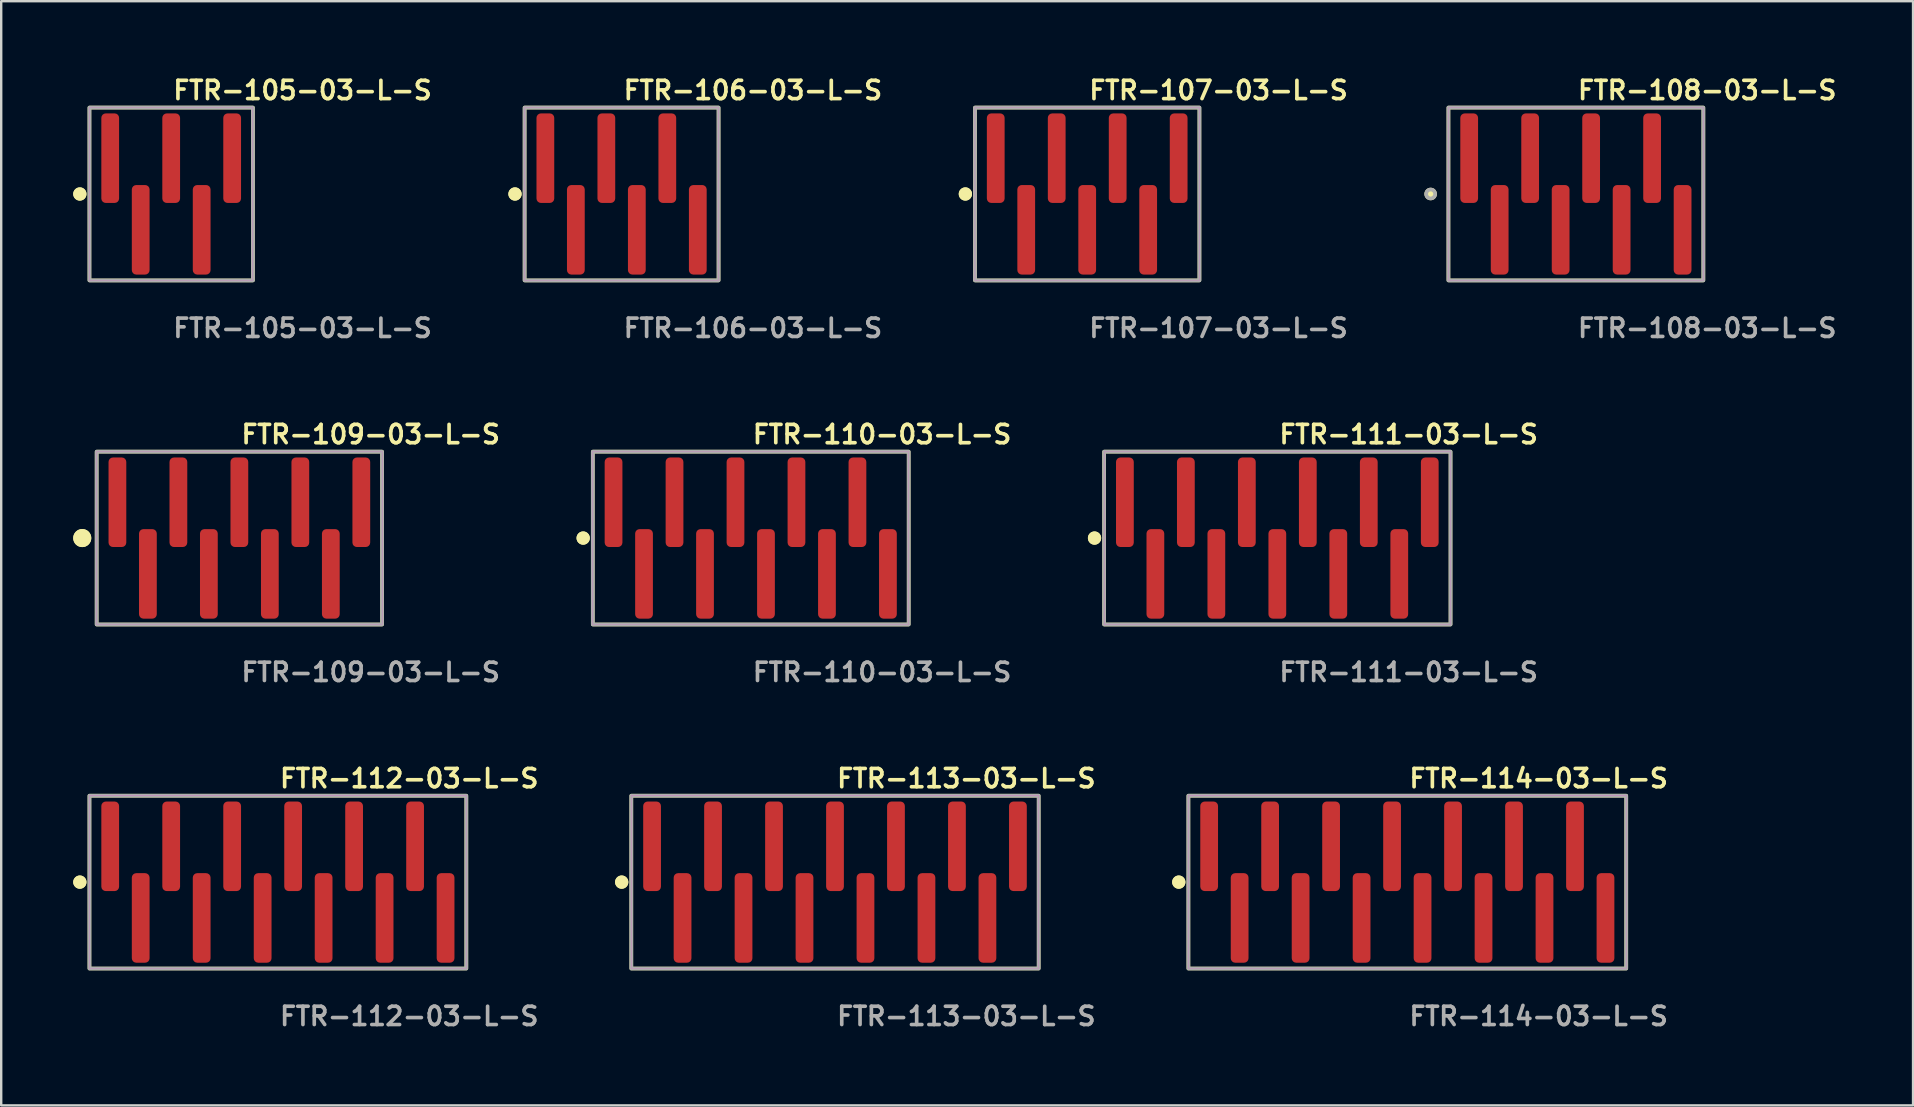
<source format=kicad_pcb>
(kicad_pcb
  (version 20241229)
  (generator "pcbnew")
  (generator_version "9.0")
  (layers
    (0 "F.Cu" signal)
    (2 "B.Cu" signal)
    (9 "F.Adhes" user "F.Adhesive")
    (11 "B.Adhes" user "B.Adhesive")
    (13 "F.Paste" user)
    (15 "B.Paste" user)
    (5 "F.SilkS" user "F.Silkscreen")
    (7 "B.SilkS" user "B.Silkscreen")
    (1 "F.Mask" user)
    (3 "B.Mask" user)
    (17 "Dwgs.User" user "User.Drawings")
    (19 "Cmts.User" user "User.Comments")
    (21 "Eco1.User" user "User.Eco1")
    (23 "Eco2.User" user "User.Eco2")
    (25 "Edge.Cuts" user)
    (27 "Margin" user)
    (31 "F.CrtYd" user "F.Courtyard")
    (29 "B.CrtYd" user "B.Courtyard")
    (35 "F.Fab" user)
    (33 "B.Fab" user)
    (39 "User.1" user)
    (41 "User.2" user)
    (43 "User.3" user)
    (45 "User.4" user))
  (footprint "FTR-114-03-L-S"
    (layer "F.Cu")
    (at 55.574 33.696)
    (property "Reference" "FTR-114-03-L-S" (at 0 -4.318 0) (unlocked yes) (layer "F.SilkS") (effects (font (size 0.762 0.762) (thickness 0.152)) (justify left)))
    (fp_rect (start -9.12 3.6) (end 9.12 -3.6) (stroke (width 0.152) (type solid)) (fill no) (layer "F.SilkS"))
    (fp_circle (center -9.52 0) (end -9.72 0) (stroke (width 0.152) (type solid)) (fill yes) (layer "F.SilkS"))
    (fp_circle (center -9.52 0) (end -9.72 0) (stroke (width 0.152) (type solid)) (fill yes) (layer "F.SilkS"))
    (fp_rect (start -9.12 3.6) (end 9.12 -3.6) (stroke (width 0.006) (type solid)) (fill no) (layer "F.CrtYd"))
    (fp_rect (start -9.12 3.6) (end 9.12 -3.6) (stroke (width 0.152) (type solid)) (fill no) (layer "F.Fab"))
    (fp_text user "${REFERENCE}" (at 0 5.588 0) (unlocked yes) (layer "F.Fab") (effects (font (size 0.762 0.762) (thickness 0.152)) (justify left)))
    (pad "1" smd roundrect (at -8.255 -1.492) (size 0.74 3.73) (layers "F.Cu" "F.Paste") (roundrect_rratio 0.25))
    (pad "2" smd roundrect (at -6.985 1.492) (size 0.74 3.73) (layers "F.Cu" "F.Paste") (roundrect_rratio 0.25))
    (pad "3" smd roundrect (at -5.715 -1.492) (size 0.74 3.73) (layers "F.Cu" "F.Paste") (roundrect_rratio 0.25))
    (pad "4" smd roundrect (at -4.445 1.492) (size 0.74 3.73) (layers "F.Cu" "F.Paste") (roundrect_rratio 0.25))
    (pad "5" smd roundrect (at -3.175 -1.492) (size 0.74 3.73) (layers "F.Cu" "F.Paste") (roundrect_rratio 0.25))
    (pad "6" smd roundrect (at -1.905 1.492) (size 0.74 3.73) (layers "F.Cu" "F.Paste") (roundrect_rratio 0.25))
    (pad "7" smd roundrect (at -0.635 -1.492) (size 0.74 3.73) (layers "F.Cu" "F.Paste") (roundrect_rratio 0.25))
    (pad "8" smd roundrect (at 0.635 1.492) (size 0.74 3.73) (layers "F.Cu" "F.Paste") (roundrect_rratio 0.25))
    (pad "9" smd roundrect (at 1.905 -1.492) (size 0.74 3.73) (layers "F.Cu" "F.Paste") (roundrect_rratio 0.25))
    (pad "10" smd roundrect (at 3.175 1.492) (size 0.74 3.73) (layers "F.Cu" "F.Paste") (roundrect_rratio 0.25))
    (pad "11" smd roundrect (at 4.445 -1.492) (size 0.74 3.73) (layers "F.Cu" "F.Paste") (roundrect_rratio 0.25))
    (pad "12" smd roundrect (at 5.715 1.492) (size 0.74 3.73) (layers "F.Cu" "F.Paste") (roundrect_rratio 0.25))
    (pad "13" smd roundrect (at 6.985 -1.492) (size 0.74 3.73) (layers "F.Cu" "F.Paste") (roundrect_rratio 0.25))
    (pad "14" smd roundrect (at 8.255 1.492) (size 0.74 3.73) (layers "F.Cu" "F.Paste") (roundrect_rratio 0.25)))
  (footprint "FTR-109-03-L-S"
    (layer "F.Cu")
    (at 6.921 19.364)
    (property "Reference" "FTR-109-03-L-S" (at 0 -4.318 0) (unlocked yes) (layer "F.SilkS") (effects (font (size 0.762 0.762) (thickness 0.152)) (justify left)))
    (fp_rect (start -5.945 3.6) (end 5.945 -3.6) (stroke (width 0.152) (type solid)) (fill no) (layer "F.SilkS"))
    (fp_circle (center -6.545 0) (end -6.845 0) (stroke (width 0.152) (type solid)) (fill yes) (layer "F.SilkS"))
    (fp_circle (center -6.545 0) (end -6.845 0) (stroke (width 0.152) (type solid)) (fill yes) (layer "F.SilkS"))
    (fp_rect (start -5.945 3.6) (end 5.945 -3.6) (stroke (width 0.006) (type solid)) (fill no) (layer "F.CrtYd"))
    (fp_rect (start -5.945 3.6) (end 5.945 -3.6) (stroke (width 0.152) (type solid)) (fill no) (layer "F.Fab"))
    (fp_text user "${REFERENCE}" (at 0 5.588 0) (unlocked yes) (layer "F.Fab") (effects (font (size 0.762 0.762) (thickness 0.152)) (justify left)))
    (pad "1" smd roundrect (at -5.08 -1.492) (size 0.74 3.73) (layers "F.Cu" "F.Paste") (roundrect_rratio 0.25))
    (pad "2" smd roundrect (at -3.81 1.492) (size 0.74 3.73) (layers "F.Cu" "F.Paste") (roundrect_rratio 0.25))
    (pad "3" smd roundrect (at -2.54 -1.492) (size 0.74 3.73) (layers "F.Cu" "F.Paste") (roundrect_rratio 0.25))
    (pad "4" smd roundrect (at -1.27 1.492) (size 0.74 3.73) (layers "F.Cu" "F.Paste") (roundrect_rratio 0.25))
    (pad "5" smd roundrect (at 0 -1.492) (size 0.74 3.73) (layers "F.Cu" "F.Paste") (roundrect_rratio 0.25))
    (pad "6" smd roundrect (at 1.27 1.492) (size 0.74 3.73) (layers "F.Cu" "F.Paste") (roundrect_rratio 0.25))
    (pad "7" smd roundrect (at 2.54 -1.492) (size 0.74 3.73) (layers "F.Cu" "F.Paste") (roundrect_rratio 0.25))
    (pad "8" smd roundrect (at 3.81 1.492) (size 0.74 3.73) (layers "F.Cu" "F.Paste") (roundrect_rratio 0.25))
    (pad "9" smd roundrect (at 5.08 -1.492) (size 0.74 3.73) (layers "F.Cu" "F.Paste") (roundrect_rratio 0.25)))
  (footprint "FTR-112-03-L-S"
    (layer "F.Cu")
    (at 8.526 33.696)
    (property "Reference" "FTR-112-03-L-S" (at 0 -4.318 0) (unlocked yes) (layer "F.SilkS") (effects (font (size 0.762 0.762) (thickness 0.152)) (justify left)))
    (fp_rect (start -7.85 3.6) (end 7.85 -3.6) (stroke (width 0.152) (type solid)) (fill no) (layer "F.SilkS"))
    (fp_circle (center -8.25 0) (end -8.45 0) (stroke (width 0.152) (type solid)) (fill yes) (layer "F.SilkS"))
    (fp_circle (center -8.25 0) (end -8.45 0) (stroke (width 0.152) (type solid)) (fill yes) (layer "F.SilkS"))
    (fp_rect (start -7.85 3.6) (end 7.85 -3.6) (stroke (width 0.006) (type solid)) (fill no) (layer "F.CrtYd"))
    (fp_rect (start -7.85 3.6) (end 7.85 -3.6) (stroke (width 0.152) (type solid)) (fill no) (layer "F.Fab"))
    (fp_text user "${REFERENCE}" (at 0 5.588 0) (unlocked yes) (layer "F.Fab") (effects (font (size 0.762 0.762) (thickness 0.152)) (justify left)))
    (pad "1" smd roundrect (at -6.985 -1.492) (size 0.74 3.73) (layers "F.Cu" "F.Paste") (roundrect_rratio 0.25))
    (pad "2" smd roundrect (at -5.715 1.492) (size 0.74 3.73) (layers "F.Cu" "F.Paste") (roundrect_rratio 0.25))
    (pad "3" smd roundrect (at -4.445 -1.492) (size 0.74 3.73) (layers "F.Cu" "F.Paste") (roundrect_rratio 0.25))
    (pad "4" smd roundrect (at -3.175 1.492) (size 0.74 3.73) (layers "F.Cu" "F.Paste") (roundrect_rratio 0.25))
    (pad "5" smd roundrect (at -1.905 -1.492) (size 0.74 3.73) (layers "F.Cu" "F.Paste") (roundrect_rratio 0.25))
    (pad "6" smd roundrect (at -0.635 1.492) (size 0.74 3.73) (layers "F.Cu" "F.Paste") (roundrect_rratio 0.25))
    (pad "7" smd roundrect (at 0.635 -1.492) (size 0.74 3.73) (layers "F.Cu" "F.Paste") (roundrect_rratio 0.25))
    (pad "8" smd roundrect (at 1.905 1.492) (size 0.74 3.73) (layers "F.Cu" "F.Paste") (roundrect_rratio 0.25))
    (pad "9" smd roundrect (at 3.175 -1.492) (size 0.74 3.73) (layers "F.Cu" "F.Paste") (roundrect_rratio 0.25))
    (pad "10" smd roundrect (at 4.445 1.492) (size 0.74 3.73) (layers "F.Cu" "F.Paste") (roundrect_rratio 0.25))
    (pad "11" smd roundrect (at 5.715 -1.492) (size 0.74 3.73) (layers "F.Cu" "F.Paste") (roundrect_rratio 0.25))
    (pad "12" smd roundrect (at 6.985 1.492) (size 0.74 3.73) (layers "F.Cu" "F.Paste") (roundrect_rratio 0.25)))
  (footprint "FTR-107-03-L-S"
    (layer "F.Cu")
    (at 42.239 5.031)
    (property "Reference" "FTR-107-03-L-S" (at 0 -4.318 0) (unlocked yes) (layer "F.SilkS") (effects (font (size 0.762 0.762) (thickness 0.152)) (justify left)))
    (fp_rect (start -4.675 3.6) (end 4.675 -3.6) (stroke (width 0.152) (type solid)) (fill no) (layer "F.SilkS"))
    (fp_circle (center -5.075 0) (end -5.275 0) (stroke (width 0.152) (type solid)) (fill yes) (layer "F.SilkS"))
    (fp_circle (center -5.075 0) (end -5.275 0) (stroke (width 0.152) (type solid)) (fill yes) (layer "F.SilkS"))
    (fp_rect (start -4.675 3.6) (end 4.675 -3.6) (stroke (width 0.006) (type solid)) (fill no) (layer "F.CrtYd"))
    (fp_rect (start -4.675 3.6) (end 4.675 -3.6) (stroke (width 0.152) (type solid)) (fill no) (layer "F.Fab"))
    (fp_text user "${REFERENCE}" (at 0 5.588 0) (unlocked yes) (layer "F.Fab") (effects (font (size 0.762 0.762) (thickness 0.152)) (justify left)))
    (pad "1" smd roundrect (at -3.81 -1.492) (size 0.74 3.73) (layers "F.Cu" "F.Paste") (roundrect_rratio 0.25))
    (pad "2" smd roundrect (at -2.54 1.492) (size 0.74 3.73) (layers "F.Cu" "F.Paste") (roundrect_rratio 0.25))
    (pad "3" smd roundrect (at -1.27 -1.492) (size 0.74 3.73) (layers "F.Cu" "F.Paste") (roundrect_rratio 0.25))
    (pad "4" smd roundrect (at 0 1.492) (size 0.74 3.73) (layers "F.Cu" "F.Paste") (roundrect_rratio 0.25))
    (pad "5" smd roundrect (at 1.27 -1.492) (size 0.74 3.73) (layers "F.Cu" "F.Paste") (roundrect_rratio 0.25))
    (pad "6" smd roundrect (at 2.54 1.492) (size 0.74 3.73) (layers "F.Cu" "F.Paste") (roundrect_rratio 0.25))
    (pad "7" smd roundrect (at 3.81 -1.492) (size 0.74 3.73) (layers "F.Cu" "F.Paste") (roundrect_rratio 0.25)))
  (footprint "FTR-110-03-L-S"
    (layer "F.Cu")
    (at 28.223 19.364)
    (property "Reference" "FTR-110-03-L-S" (at 0 -4.318 0) (unlocked yes) (layer "F.SilkS") (effects (font (size 0.762 0.762) (thickness 0.152)) (justify left)))
    (fp_rect (start -6.58 3.6) (end 6.58 -3.6) (stroke (width 0.152) (type solid)) (fill no) (layer "F.SilkS"))
    (fp_circle (center -6.98 0) (end -7.18 0) (stroke (width 0.152) (type solid)) (fill yes) (layer "F.SilkS"))
    (fp_circle (center -6.98 0) (end -7.18 0) (stroke (width 0.152) (type solid)) (fill yes) (layer "F.SilkS"))
    (fp_rect (start -6.58 3.6) (end 6.58 -3.6) (stroke (width 0.006) (type solid)) (fill no) (layer "F.CrtYd"))
    (fp_rect (start -6.58 3.6) (end 6.58 -3.6) (stroke (width 0.152) (type solid)) (fill no) (layer "F.Fab"))
    (fp_text user "${REFERENCE}" (at 0 5.588 0) (unlocked yes) (layer "F.Fab") (effects (font (size 0.762 0.762) (thickness 0.152)) (justify left)))
    (pad "1" smd roundrect (at -5.715 -1.492) (size 0.74 3.73) (layers "F.Cu" "F.Paste") (roundrect_rratio 0.25))
    (pad "2" smd roundrect (at -4.445 1.492) (size 0.74 3.73) (layers "F.Cu" "F.Paste") (roundrect_rratio 0.25))
    (pad "3" smd roundrect (at -3.175 -1.492) (size 0.74 3.73) (layers "F.Cu" "F.Paste") (roundrect_rratio 0.25))
    (pad "4" smd roundrect (at -1.905 1.492) (size 0.74 3.73) (layers "F.Cu" "F.Paste") (roundrect_rratio 0.25))
    (pad "5" smd roundrect (at -0.635 -1.492) (size 0.74 3.73) (layers "F.Cu" "F.Paste") (roundrect_rratio 0.25))
    (pad "6" smd roundrect (at 0.635 1.492) (size 0.74 3.73) (layers "F.Cu" "F.Paste") (roundrect_rratio 0.25))
    (pad "7" smd roundrect (at 1.905 -1.492) (size 0.74 3.73) (layers "F.Cu" "F.Paste") (roundrect_rratio 0.25))
    (pad "8" smd roundrect (at 3.175 1.492) (size 0.74 3.73) (layers "F.Cu" "F.Paste") (roundrect_rratio 0.25))
    (pad "9" smd roundrect (at 4.445 -1.492) (size 0.74 3.73) (layers "F.Cu" "F.Paste") (roundrect_rratio 0.25))
    (pad "10" smd roundrect (at 5.715 1.492) (size 0.74 3.73) (layers "F.Cu" "F.Paste") (roundrect_rratio 0.25)))
  (footprint "FTR-106-03-L-S"
    (layer "F.Cu")
    (at 22.843 5.031)
    (property "Reference" "FTR-106-03-L-S" (at 0 -4.318 0) (unlocked yes) (layer "F.SilkS") (effects (font (size 0.762 0.762) (thickness 0.152)) (justify left)))
    (fp_rect (start -4.04 3.6) (end 4.04 -3.6) (stroke (width 0.152) (type solid)) (fill no) (layer "F.SilkS"))
    (fp_circle (center -4.44 0) (end -4.64 0) (stroke (width 0.152) (type solid)) (fill yes) (layer "F.SilkS"))
    (fp_circle (center -4.44 0) (end -4.64 0) (stroke (width 0.152) (type solid)) (fill yes) (layer "F.SilkS"))
    (fp_rect (start -4.04 3.6) (end 4.04 -3.6) (stroke (width 0.006) (type solid)) (fill no) (layer "F.CrtYd"))
    (fp_rect (start -4.04 3.6) (end 4.04 -3.6) (stroke (width 0.152) (type solid)) (fill no) (layer "F.Fab"))
    (fp_text user "${REFERENCE}" (at 0 5.588 0) (unlocked yes) (layer "F.Fab") (effects (font (size 0.762 0.762) (thickness 0.152)) (justify left)))
    (pad "1" smd roundrect (at -3.175 -1.492) (size 0.74 3.73) (layers "F.Cu" "F.Paste") (roundrect_rratio 0.25))
    (pad "2" smd roundrect (at -1.905 1.492) (size 0.74 3.73) (layers "F.Cu" "F.Paste") (roundrect_rratio 0.25))
    (pad "3" smd roundrect (at -0.635 -1.492) (size 0.74 3.73) (layers "F.Cu" "F.Paste") (roundrect_rratio 0.25))
    (pad "4" smd roundrect (at 0.635 1.492) (size 0.74 3.73) (layers "F.Cu" "F.Paste") (roundrect_rratio 0.25))
    (pad "5" smd roundrect (at 1.905 -1.492) (size 0.74 3.73) (layers "F.Cu" "F.Paste") (roundrect_rratio 0.25))
    (pad "6" smd roundrect (at 3.175 1.492) (size 0.74 3.73) (layers "F.Cu" "F.Paste") (roundrect_rratio 0.25)))
  (footprint "FTR-111-03-L-S"
    (layer "F.Cu")
    (at 50.159 19.364)
    (property "Reference" "FTR-111-03-L-S" (at 0 -4.318 0) (unlocked yes) (layer "F.SilkS") (effects (font (size 0.762 0.762) (thickness 0.152)) (justify left)))
    (fp_rect (start -7.215 3.6) (end 7.215 -3.6) (stroke (width 0.152) (type solid)) (fill no) (layer "F.SilkS"))
    (fp_circle (center -7.615 0) (end -7.815 0) (stroke (width 0.152) (type solid)) (fill yes) (layer "F.SilkS"))
    (fp_circle (center -7.615 0) (end -7.815 0) (stroke (width 0.152) (type solid)) (fill yes) (layer "F.SilkS"))
    (fp_rect (start -7.215 3.6) (end 7.215 -3.6) (stroke (width 0.006) (type solid)) (fill no) (layer "F.CrtYd"))
    (fp_rect (start -7.215 3.6) (end 7.215 -3.6) (stroke (width 0.152) (type solid)) (fill no) (layer "F.Fab"))
    (fp_text user "${REFERENCE}" (at 0 5.588 0) (unlocked yes) (layer "F.Fab") (effects (font (size 0.762 0.762) (thickness 0.152)) (justify left)))
    (pad "1" smd roundrect (at -6.35 -1.492) (size 0.74 3.73) (layers "F.Cu" "F.Paste") (roundrect_rratio 0.25))
    (pad "2" smd roundrect (at -5.08 1.492) (size 0.74 3.73) (layers "F.Cu" "F.Paste") (roundrect_rratio 0.25))
    (pad "3" smd roundrect (at -3.81 -1.492) (size 0.74 3.73) (layers "F.Cu" "F.Paste") (roundrect_rratio 0.25))
    (pad "4" smd roundrect (at -2.54 1.492) (size 0.74 3.73) (layers "F.Cu" "F.Paste") (roundrect_rratio 0.25))
    (pad "5" smd roundrect (at -1.27 -1.492) (size 0.74 3.73) (layers "F.Cu" "F.Paste") (roundrect_rratio 0.25))
    (pad "6" smd roundrect (at 0 1.492) (size 0.74 3.73) (layers "F.Cu" "F.Paste") (roundrect_rratio 0.25))
    (pad "7" smd roundrect (at 1.27 -1.492) (size 0.74 3.73) (layers "F.Cu" "F.Paste") (roundrect_rratio 0.25))
    (pad "8" smd roundrect (at 2.54 1.492) (size 0.74 3.73) (layers "F.Cu" "F.Paste") (roundrect_rratio 0.25))
    (pad "9" smd roundrect (at 3.81 -1.492) (size 0.74 3.73) (layers "F.Cu" "F.Paste") (roundrect_rratio 0.25))
    (pad "10" smd roundrect (at 5.08 1.492) (size 0.74 3.73) (layers "F.Cu" "F.Paste") (roundrect_rratio 0.25))
    (pad "11" smd roundrect (at 6.35 -1.492) (size 0.74 3.73) (layers "F.Cu" "F.Paste") (roundrect_rratio 0.25)))
  (footprint "FTR-105-03-L-S"
    (layer "F.Cu")
    (at 4.081 5.031)
    (property "Reference" "FTR-105-03-L-S" (at 0 -4.318 0) (unlocked yes) (layer "F.SilkS") (effects (font (size 0.762 0.762) (thickness 0.152)) (justify left)))
    (fp_rect (start -3.405 3.6) (end 3.405 -3.6) (stroke (width 0.152) (type solid)) (fill no) (layer "F.SilkS"))
    (fp_circle (center -3.805 0) (end -4.005 0) (stroke (width 0.152) (type solid)) (fill yes) (layer "F.SilkS"))
    (fp_circle (center -3.805 0) (end -4.005 0) (stroke (width 0.152) (type solid)) (fill yes) (layer "F.SilkS"))
    (fp_rect (start -3.405 3.6) (end 3.405 -3.6) (stroke (width 0.006) (type solid)) (fill no) (layer "F.CrtYd"))
    (fp_rect (start -3.405 3.6) (end 3.405 -3.6) (stroke (width 0.152) (type solid)) (fill no) (layer "F.Fab"))
    (fp_text user "${REFERENCE}" (at 0 5.588 0) (unlocked yes) (layer "F.Fab") (effects (font (size 0.762 0.762) (thickness 0.152)) (justify left)))
    (pad "1" smd roundrect (at -2.54 -1.492) (size 0.74 3.73) (layers "F.Cu" "F.Paste") (roundrect_rratio 0.25))
    (pad "2" smd roundrect (at -1.27 1.492) (size 0.74 3.73) (layers "F.Cu" "F.Paste") (roundrect_rratio 0.25))
    (pad "3" smd roundrect (at 0 -1.492) (size 0.74 3.73) (layers "F.Cu" "F.Paste") (roundrect_rratio 0.25))
    (pad "4" smd roundrect (at 1.27 1.492) (size 0.74 3.73) (layers "F.Cu" "F.Paste") (roundrect_rratio 0.25))
    (pad "5" smd roundrect (at 2.54 -1.492) (size 0.74 3.73) (layers "F.Cu" "F.Paste") (roundrect_rratio 0.25)))
  (footprint "FTR-108-03-L-S"
    (layer "F.Cu")
    (at 62.596 5.031)
    (property "Reference" "FTR-108-03-L-S" (at 0 -4.318 0) (unlocked yes) (layer "F.SilkS") (effects (font (size 0.762 0.762) (thickness 0.152)) (justify left)))
    (fp_rect (start -5.31 3.6) (end 5.31 -3.6) (stroke (width 0.152) (type solid)) (fill no) (layer "F.SilkS"))
    (fp_circle (center -6.05 0) (end -6.235 0) (stroke (width 0.152) (type solid)) (fill yes) (layer "F.SilkS"))
    (fp_rect (start -5.31 3.6) (end 5.31 -3.6) (stroke (width 0.006) (type solid)) (fill no) (layer "F.CrtYd"))
    (fp_rect (start -5.31 3.6) (end 5.31 -3.6) (stroke (width 0.152) (type solid)) (fill no) (layer "F.Fab"))
    (fp_circle (center -6.05 0) (end -6.235 0) (stroke (width 0.152) (type solid)) (fill no) (layer "F.Fab"))
    (fp_text user "${REFERENCE}" (at 0 5.588 0) (unlocked yes) (layer "F.Fab") (effects (font (size 0.762 0.762) (thickness 0.152)) (justify left)))
    (pad "1" smd roundrect (at -4.445 -1.492) (size 0.74 3.73) (layers "F.Cu" "F.Paste") (roundrect_rratio 0.25))
    (pad "2" smd roundrect (at -3.175 1.492) (size 0.74 3.73) (layers "F.Cu" "F.Paste") (roundrect_rratio 0.25))
    (pad "3" smd roundrect (at -1.905 -1.492) (size 0.74 3.73) (layers "F.Cu" "F.Paste") (roundrect_rratio 0.25))
    (pad "4" smd roundrect (at -0.635 1.492) (size 0.74 3.73) (layers "F.Cu" "F.Paste") (roundrect_rratio 0.25))
    (pad "5" smd roundrect (at 0.635 -1.492) (size 0.74 3.73) (layers "F.Cu" "F.Paste") (roundrect_rratio 0.25))
    (pad "6" smd roundrect (at 1.905 1.492) (size 0.74 3.73) (layers "F.Cu" "F.Paste") (roundrect_rratio 0.25))
    (pad "7" smd roundrect (at 3.175 -1.492) (size 0.74 3.73) (layers "F.Cu" "F.Paste") (roundrect_rratio 0.25))
    (pad "8" smd roundrect (at 4.445 1.492) (size 0.74 3.73) (layers "F.Cu" "F.Paste") (roundrect_rratio 0.25)))
  (footprint "FTR-113-03-L-S"
    (layer "F.Cu")
    (at 31.733 33.696)
    (property "Reference" "FTR-113-03-L-S" (at 0 -4.318 0) (unlocked yes) (layer "F.SilkS") (effects (font (size 0.762 0.762) (thickness 0.152)) (justify left)))
    (fp_rect (start -8.485 3.6) (end 8.485 -3.6) (stroke (width 0.152) (type solid)) (fill no) (layer "F.SilkS"))
    (fp_circle (center -8.885 0) (end -9.085 0) (stroke (width 0.152) (type solid)) (fill yes) (layer "F.SilkS"))
    (fp_circle (center -8.885 0) (end -9.085 0) (stroke (width 0.152) (type solid)) (fill yes) (layer "F.SilkS"))
    (fp_rect (start -8.485 3.6) (end 8.485 -3.6) (stroke (width 0.006) (type solid)) (fill no) (layer "F.CrtYd"))
    (fp_rect (start -8.485 3.6) (end 8.485 -3.6) (stroke (width 0.152) (type solid)) (fill no) (layer "F.Fab"))
    (fp_text user "${REFERENCE}" (at 0 5.588 0) (unlocked yes) (layer "F.Fab") (effects (font (size 0.762 0.762) (thickness 0.152)) (justify left)))
    (pad "1" smd roundrect (at -7.62 -1.492) (size 0.74 3.73) (layers "F.Cu" "F.Paste") (roundrect_rratio 0.25))
    (pad "2" smd roundrect (at -6.35 1.492) (size 0.74 3.73) (layers "F.Cu" "F.Paste") (roundrect_rratio 0.25))
    (pad "3" smd roundrect (at -5.08 -1.492) (size 0.74 3.73) (layers "F.Cu" "F.Paste") (roundrect_rratio 0.25))
    (pad "4" smd roundrect (at -3.81 1.492) (size 0.74 3.73) (layers "F.Cu" "F.Paste") (roundrect_rratio 0.25))
    (pad "5" smd roundrect (at -2.54 -1.492) (size 0.74 3.73) (layers "F.Cu" "F.Paste") (roundrect_rratio 0.25))
    (pad "6" smd roundrect (at -1.27 1.492) (size 0.74 3.73) (layers "F.Cu" "F.Paste") (roundrect_rratio 0.25))
    (pad "7" smd roundrect (at 0 -1.492) (size 0.74 3.73) (layers "F.Cu" "F.Paste") (roundrect_rratio 0.25))
    (pad "8" smd roundrect (at 1.27 1.492) (size 0.74 3.73) (layers "F.Cu" "F.Paste") (roundrect_rratio 0.25))
    (pad "9" smd roundrect (at 2.54 -1.492) (size 0.74 3.73) (layers "F.Cu" "F.Paste") (roundrect_rratio 0.25))
    (pad "10" smd roundrect (at 3.81 1.492) (size 0.74 3.73) (layers "F.Cu" "F.Paste") (roundrect_rratio 0.25))
    (pad "11" smd roundrect (at 5.08 -1.492) (size 0.74 3.73) (layers "F.Cu" "F.Paste") (roundrect_rratio 0.25))
    (pad "12" smd roundrect (at 6.35 1.492) (size 0.74 3.73) (layers "F.Cu" "F.Paste") (roundrect_rratio 0.25))
    (pad "13" smd roundrect (at 7.62 -1.492) (size 0.74 3.73) (layers "F.Cu" "F.Paste") (roundrect_rratio 0.25)))
  (gr_rect
    (start -3 -3)
    (end 76.641 42.997)
    (stroke (width 0.1) (type default))
    (fill no)
    (layer "Edge.Cuts")))
</source>
